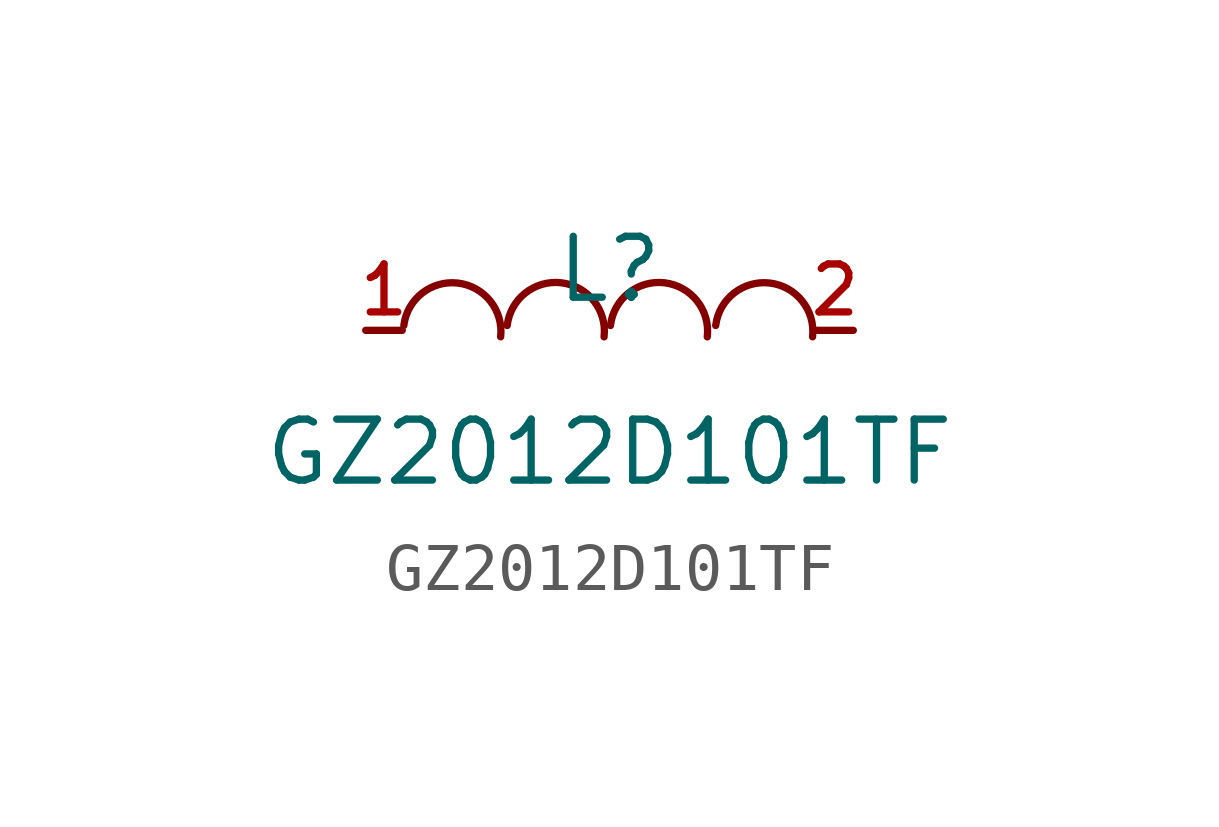
<source format=kicad_sym>
(kicad_symbol_lib
  (version 20210201)
  (generator TousstNicolas/JLC2KiCad_lib)
  (symbol "GZ2012D101TF"
    (pin_names hide)
    (property "Reference" "L"
      (at 0 1.27 0)
      (effects (font (size 1.27 1.27))))
    (property "Value" "GZ2012D101TF"
      (at 0 -2.54 0)
      (effects (font (size 1.27 1.27))))
    (symbol "GZ2012D101TF_0_1"
      (pin unspecified line (at 5.08 -0.0 180) (length 0.762) (name "2" (effects (font (size 1 1)))) (number "2" (effects (font (size 1 1)))))
      (pin unspecified line (at -5.08 -0.0 0) (length 0.762) (name "1" (effects (font (size 1 1)))) (number "1" (effects (font (size 1 1)))))
      (arc (start -2.2674329295749627 -0.1341053884638828) (mid -3.159011207982224 0.9926636483439573) (end -4.285780231504512 0.10108535314652943) (stroke (width 0) (type default) (color 0 0 0 0)) (fill (type none)))
      (arc (start -0.11354180781656804 -0.13565983668102555) (mid -1.0048024524285457 0.9913604595340889) (end -2.131822737142134 0.10009980037815772) (stroke (width 0) (type default) (color 0 0 0 0)) (fill (type none)))
      (arc (start 2.0378424949520375 -0.13565983668102555) (mid 1.1465818503400598 0.9913604595340889) (end 0.019561565626471496 0.10009980037815772) (stroke (width 0) (type default) (color 0 0 0 0)) (fill (type none)))
      (arc (start 4.231170015864318 -0.13410572965492382) (mid 3.3395921275494644 0.9926636202288113) (end 2.2128227952408546 0.10108570970264838) (stroke (width 0) (type default) (color 0 0 0 0)) (fill (type none))))))
</source>
